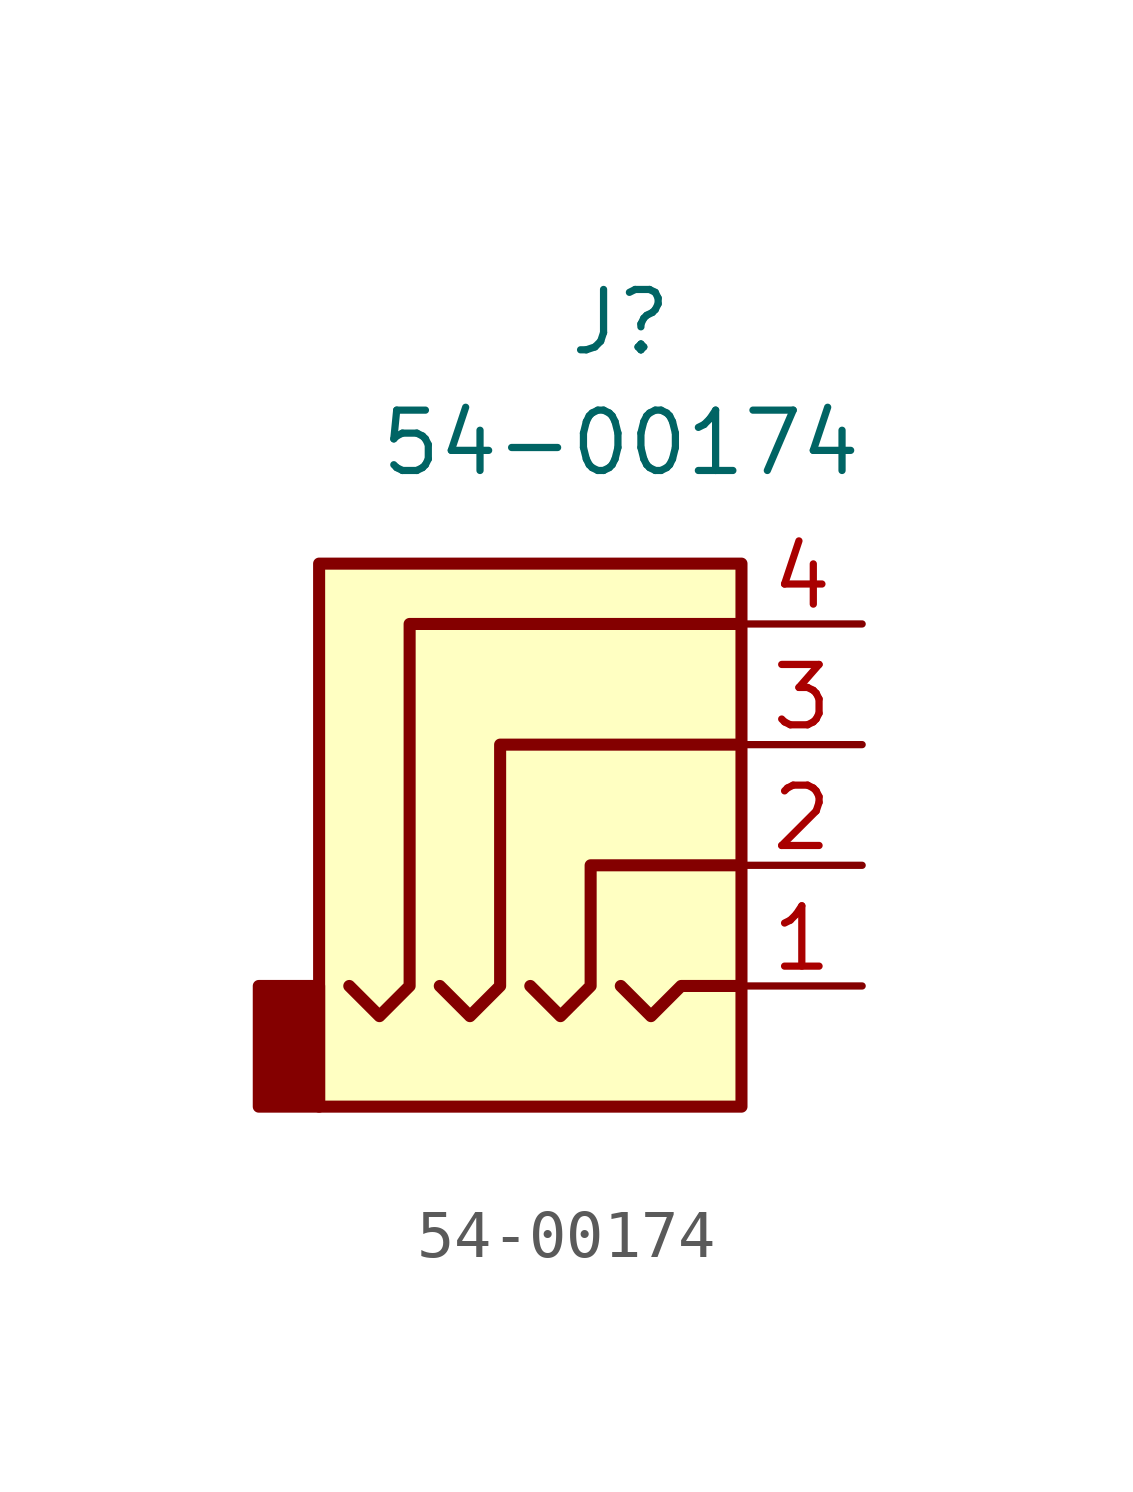
<source format=kicad_sym>
(kicad_symbol_lib
  (version 20211014)
  (generator kicad_symbol_editor)
  (symbol "54-00174"
    (property "Reference" "J"
      (at 0 8.89 0)
      (effects (font (size 1.27 1.27))))
    (property "Value" "54-00174"
      (at 0 6.35 0)
      (effects (font (size 1.27 1.27))))
    (symbol "54-00174_0_1"
      (rectangle (start -6.35 -5.08) (end -7.62 -7.62) (stroke (width 0.254) (type default) (color 0 0 0 0)) (fill (type outline)))
      (polyline (pts (xy 0 -5.08) (xy 0.635 -5.715) (xy 1.27 -5.08) (xy 2.54 -5.08)) (stroke (width 0.254) (type default) (color 0 0 0 0)) (fill (type none)))
      (polyline (pts (xy -5.715 -5.08) (xy -5.08 -5.715) (xy -4.445 -5.08) (xy -4.445 2.54) (xy 2.54 2.54)) (stroke (width 0.254) (type default) (color 0 0 0 0)) (fill (type none)))
      (polyline (pts (xy -1.905 -5.08) (xy -1.27 -5.715) (xy -0.635 -5.08) (xy -0.635 -2.54) (xy 2.54 -2.54)) (stroke (width 0.254) (type default) (color 0 0 0 0)) (fill (type none)))
      (polyline (pts (xy 2.54 0) (xy -2.54 0) (xy -2.54 -5.08) (xy -3.175 -5.715) (xy -3.81 -5.08)) (stroke (width 0.254) (type default) (color 0 0 0 0)) (fill (type none)))
      (rectangle (start 2.54 3.81) (end -6.35 -7.62) (stroke (width 0.254) (type default) (color 0 0 0 0)) (fill (type background))))
    (symbol "54-00174_1_1"
      (pin passive line (at 5.08 -5.08 180) (length 2.54) (name "~" (effects (font (size 1.27 1.27)))) (number "1" (effects (font (size 1.27 1.27)))))
      (pin passive line (at 5.08 -2.54 180) (length 2.54) (name "~" (effects (font (size 1.27 1.27)))) (number "2" (effects (font (size 1.27 1.27)))))
      (pin passive line (at 5.08 0 180) (length 2.54) (name "~" (effects (font (size 1.27 1.27)))) (number "3" (effects (font (size 1.27 1.27)))))
      (pin passive line (at 5.08 2.54 180) (length 2.54) (name "~" (effects (font (size 1.27 1.27)))) (number "4" (effects (font (size 1.27 1.27))))))))
</source>
